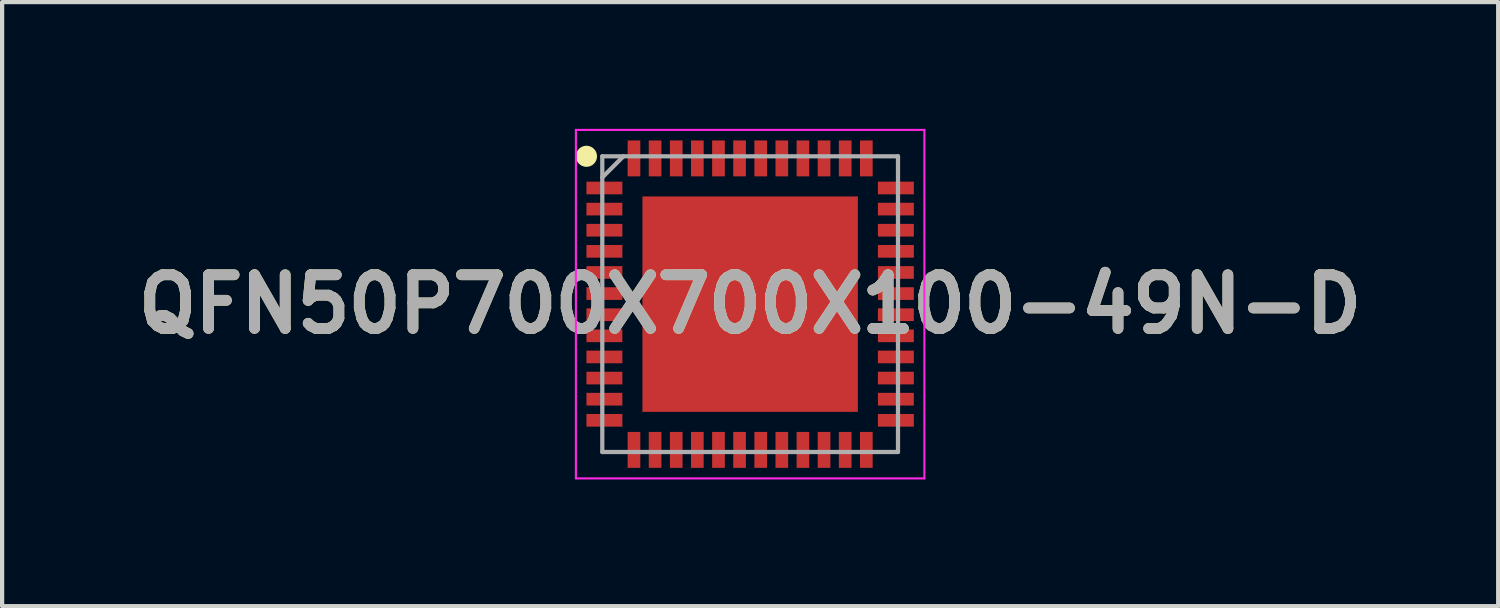
<source format=kicad_pcb>
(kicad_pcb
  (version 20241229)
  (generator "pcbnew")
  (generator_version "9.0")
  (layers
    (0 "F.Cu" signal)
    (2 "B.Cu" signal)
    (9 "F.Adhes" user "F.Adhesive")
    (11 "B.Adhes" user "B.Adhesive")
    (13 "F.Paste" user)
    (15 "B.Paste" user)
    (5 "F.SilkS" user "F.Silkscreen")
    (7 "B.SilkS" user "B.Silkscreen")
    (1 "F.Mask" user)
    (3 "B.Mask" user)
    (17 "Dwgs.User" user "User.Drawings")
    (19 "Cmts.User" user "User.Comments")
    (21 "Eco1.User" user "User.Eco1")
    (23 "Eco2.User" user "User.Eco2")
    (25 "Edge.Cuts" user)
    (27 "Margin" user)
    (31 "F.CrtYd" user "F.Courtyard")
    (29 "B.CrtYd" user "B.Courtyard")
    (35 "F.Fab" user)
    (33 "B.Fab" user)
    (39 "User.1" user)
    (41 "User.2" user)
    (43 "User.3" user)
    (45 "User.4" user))
  (footprint "QFN50P700X700X100-49N-D"
    (layer "F.Cu")
    (at 14.708 4.15)
    (property "Reference" "QFN50P700X700X100-49N-D" (at 0 0 0) (layer "F.SilkS") (effects (font (size 1.27 1.27) (thickness 0.254))))
    (attr smd)
    (fp_circle (center -3.875 -3.5) (end -3.875 -3.375) (stroke (width 0.25) (type solid)) (fill no) (layer "F.SilkS"))
    (fp_line (start -4.125 -4.125) (end 4.125 -4.125) (stroke (width 0.05) (type solid)) (layer "F.CrtYd"))
    (fp_line (start -4.125 4.125) (end -4.125 -4.125) (stroke (width 0.05) (type solid)) (layer "F.CrtYd"))
    (fp_line (start 4.125 -4.125) (end 4.125 4.125) (stroke (width 0.05) (type solid)) (layer "F.CrtYd"))
    (fp_line (start 4.125 4.125) (end -4.125 4.125) (stroke (width 0.05) (type solid)) (layer "F.CrtYd"))
    (fp_line (start -3.5 -3.5) (end 3.5 -3.5) (stroke (width 0.1) (type solid)) (layer "F.Fab"))
    (fp_line (start -3.5 -3) (end -3 -3.5) (stroke (width 0.1) (type solid)) (layer "F.Fab"))
    (fp_line (start -3.5 3.5) (end -3.5 -3.5) (stroke (width 0.1) (type solid)) (layer "F.Fab"))
    (fp_line (start 3.5 -3.5) (end 3.5 3.5) (stroke (width 0.1) (type solid)) (layer "F.Fab"))
    (fp_line (start 3.5 3.5) (end -3.5 3.5) (stroke (width 0.1) (type solid)) (layer "F.Fab"))
    (fp_text user "${REFERENCE}" (at 0 0 0) (layer "F.Fab") (effects (font (size 1.27 1.27) (thickness 0.254))))
    (pad "1" smd rect (at -3.45 -2.75 90) (size 0.3 0.85) (layers "F.Cu" "F.Mask" "F.Paste"))
    (pad "2" smd rect (at -3.45 -2.25 90) (size 0.3 0.85) (layers "F.Cu" "F.Mask" "F.Paste"))
    (pad "3" smd rect (at -3.45 -1.75 90) (size 0.3 0.85) (layers "F.Cu" "F.Mask" "F.Paste"))
    (pad "4" smd rect (at -3.45 -1.25 90) (size 0.3 0.85) (layers "F.Cu" "F.Mask" "F.Paste"))
    (pad "5" smd rect (at -3.45 -0.75 90) (size 0.3 0.85) (layers "F.Cu" "F.Mask" "F.Paste"))
    (pad "6" smd rect (at -3.45 -0.25 90) (size 0.3 0.85) (layers "F.Cu" "F.Mask" "F.Paste"))
    (pad "7" smd rect (at -3.45 0.25 90) (size 0.3 0.85) (layers "F.Cu" "F.Mask" "F.Paste"))
    (pad "8" smd rect (at -3.45 0.75 90) (size 0.3 0.85) (layers "F.Cu" "F.Mask" "F.Paste"))
    (pad "9" smd rect (at -3.45 1.25 90) (size 0.3 0.85) (layers "F.Cu" "F.Mask" "F.Paste"))
    (pad "10" smd rect (at -3.45 1.75 90) (size 0.3 0.85) (layers "F.Cu" "F.Mask" "F.Paste"))
    (pad "11" smd rect (at -3.45 2.25 90) (size 0.3 0.85) (layers "F.Cu" "F.Mask" "F.Paste"))
    (pad "12" smd rect (at -3.45 2.75 90) (size 0.3 0.85) (layers "F.Cu" "F.Mask" "F.Paste"))
    (pad "13" smd rect (at -2.75 3.45) (size 0.3 0.85) (layers "F.Cu" "F.Mask" "F.Paste"))
    (pad "14" smd rect (at -2.25 3.45) (size 0.3 0.85) (layers "F.Cu" "F.Mask" "F.Paste"))
    (pad "15" smd rect (at -1.75 3.45) (size 0.3 0.85) (layers "F.Cu" "F.Mask" "F.Paste"))
    (pad "16" smd rect (at -1.25 3.45) (size 0.3 0.85) (layers "F.Cu" "F.Mask" "F.Paste"))
    (pad "17" smd rect (at -0.75 3.45) (size 0.3 0.85) (layers "F.Cu" "F.Mask" "F.Paste"))
    (pad "18" smd rect (at -0.25 3.45) (size 0.3 0.85) (layers "F.Cu" "F.Mask" "F.Paste"))
    (pad "19" smd rect (at 0.25 3.45) (size 0.3 0.85) (layers "F.Cu" "F.Mask" "F.Paste"))
    (pad "20" smd rect (at 0.75 3.45) (size 0.3 0.85) (layers "F.Cu" "F.Mask" "F.Paste"))
    (pad "21" smd rect (at 1.25 3.45) (size 0.3 0.85) (layers "F.Cu" "F.Mask" "F.Paste"))
    (pad "22" smd rect (at 1.75 3.45) (size 0.3 0.85) (layers "F.Cu" "F.Mask" "F.Paste"))
    (pad "23" smd rect (at 2.25 3.45) (size 0.3 0.85) (layers "F.Cu" "F.Mask" "F.Paste"))
    (pad "24" smd rect (at 2.75 3.45) (size 0.3 0.85) (layers "F.Cu" "F.Mask" "F.Paste"))
    (pad "25" smd rect (at 3.45 2.75 90) (size 0.3 0.85) (layers "F.Cu" "F.Mask" "F.Paste"))
    (pad "26" smd rect (at 3.45 2.25 90) (size 0.3 0.85) (layers "F.Cu" "F.Mask" "F.Paste"))
    (pad "27" smd rect (at 3.45 1.75 90) (size 0.3 0.85) (layers "F.Cu" "F.Mask" "F.Paste"))
    (pad "28" smd rect (at 3.45 1.25 90) (size 0.3 0.85) (layers "F.Cu" "F.Mask" "F.Paste"))
    (pad "29" smd rect (at 3.45 0.75 90) (size 0.3 0.85) (layers "F.Cu" "F.Mask" "F.Paste"))
    (pad "30" smd rect (at 3.45 0.25 90) (size 0.3 0.85) (layers "F.Cu" "F.Mask" "F.Paste"))
    (pad "31" smd rect (at 3.45 -0.25 90) (size 0.3 0.85) (layers "F.Cu" "F.Mask" "F.Paste"))
    (pad "32" smd rect (at 3.45 -0.75 90) (size 0.3 0.85) (layers "F.Cu" "F.Mask" "F.Paste"))
    (pad "33" smd rect (at 3.45 -1.25 90) (size 0.3 0.85) (layers "F.Cu" "F.Mask" "F.Paste"))
    (pad "34" smd rect (at 3.45 -1.75 90) (size 0.3 0.85) (layers "F.Cu" "F.Mask" "F.Paste"))
    (pad "35" smd rect (at 3.45 -2.25 90) (size 0.3 0.85) (layers "F.Cu" "F.Mask" "F.Paste"))
    (pad "36" smd rect (at 3.45 -2.75 90) (size 0.3 0.85) (layers "F.Cu" "F.Mask" "F.Paste"))
    (pad "37" smd rect (at 2.75 -3.45) (size 0.3 0.85) (layers "F.Cu" "F.Mask" "F.Paste"))
    (pad "38" smd rect (at 2.25 -3.45) (size 0.3 0.85) (layers "F.Cu" "F.Mask" "F.Paste"))
    (pad "39" smd rect (at 1.75 -3.45) (size 0.3 0.85) (layers "F.Cu" "F.Mask" "F.Paste"))
    (pad "40" smd rect (at 1.25 -3.45) (size 0.3 0.85) (layers "F.Cu" "F.Mask" "F.Paste"))
    (pad "41" smd rect (at 0.75 -3.45) (size 0.3 0.85) (layers "F.Cu" "F.Mask" "F.Paste"))
    (pad "42" smd rect (at 0.25 -3.45) (size 0.3 0.85) (layers "F.Cu" "F.Mask" "F.Paste"))
    (pad "43" smd rect (at -0.25 -3.45) (size 0.3 0.85) (layers "F.Cu" "F.Mask" "F.Paste"))
    (pad "44" smd rect (at -0.75 -3.45) (size 0.3 0.85) (layers "F.Cu" "F.Mask" "F.Paste"))
    (pad "45" smd rect (at -1.25 -3.45) (size 0.3 0.85) (layers "F.Cu" "F.Mask" "F.Paste"))
    (pad "46" smd rect (at -1.75 -3.45) (size 0.3 0.85) (layers "F.Cu" "F.Mask" "F.Paste"))
    (pad "47" smd rect (at -2.25 -3.45) (size 0.3 0.85) (layers "F.Cu" "F.Mask" "F.Paste"))
    (pad "48" smd rect (at -2.75 -3.45) (size 0.3 0.85) (layers "F.Cu" "F.Mask" "F.Paste"))
    (pad "49" smd rect (at 0 0) (size 5.1 5.1) (layers "F.Cu" "F.Mask" "F.Paste")))
  (gr_rect
    (start -3 -3)
    (end 32.416 11.3)
    (stroke (width 0.1) (type default))
    (fill no)
    (layer "Edge.Cuts")))
</source>
